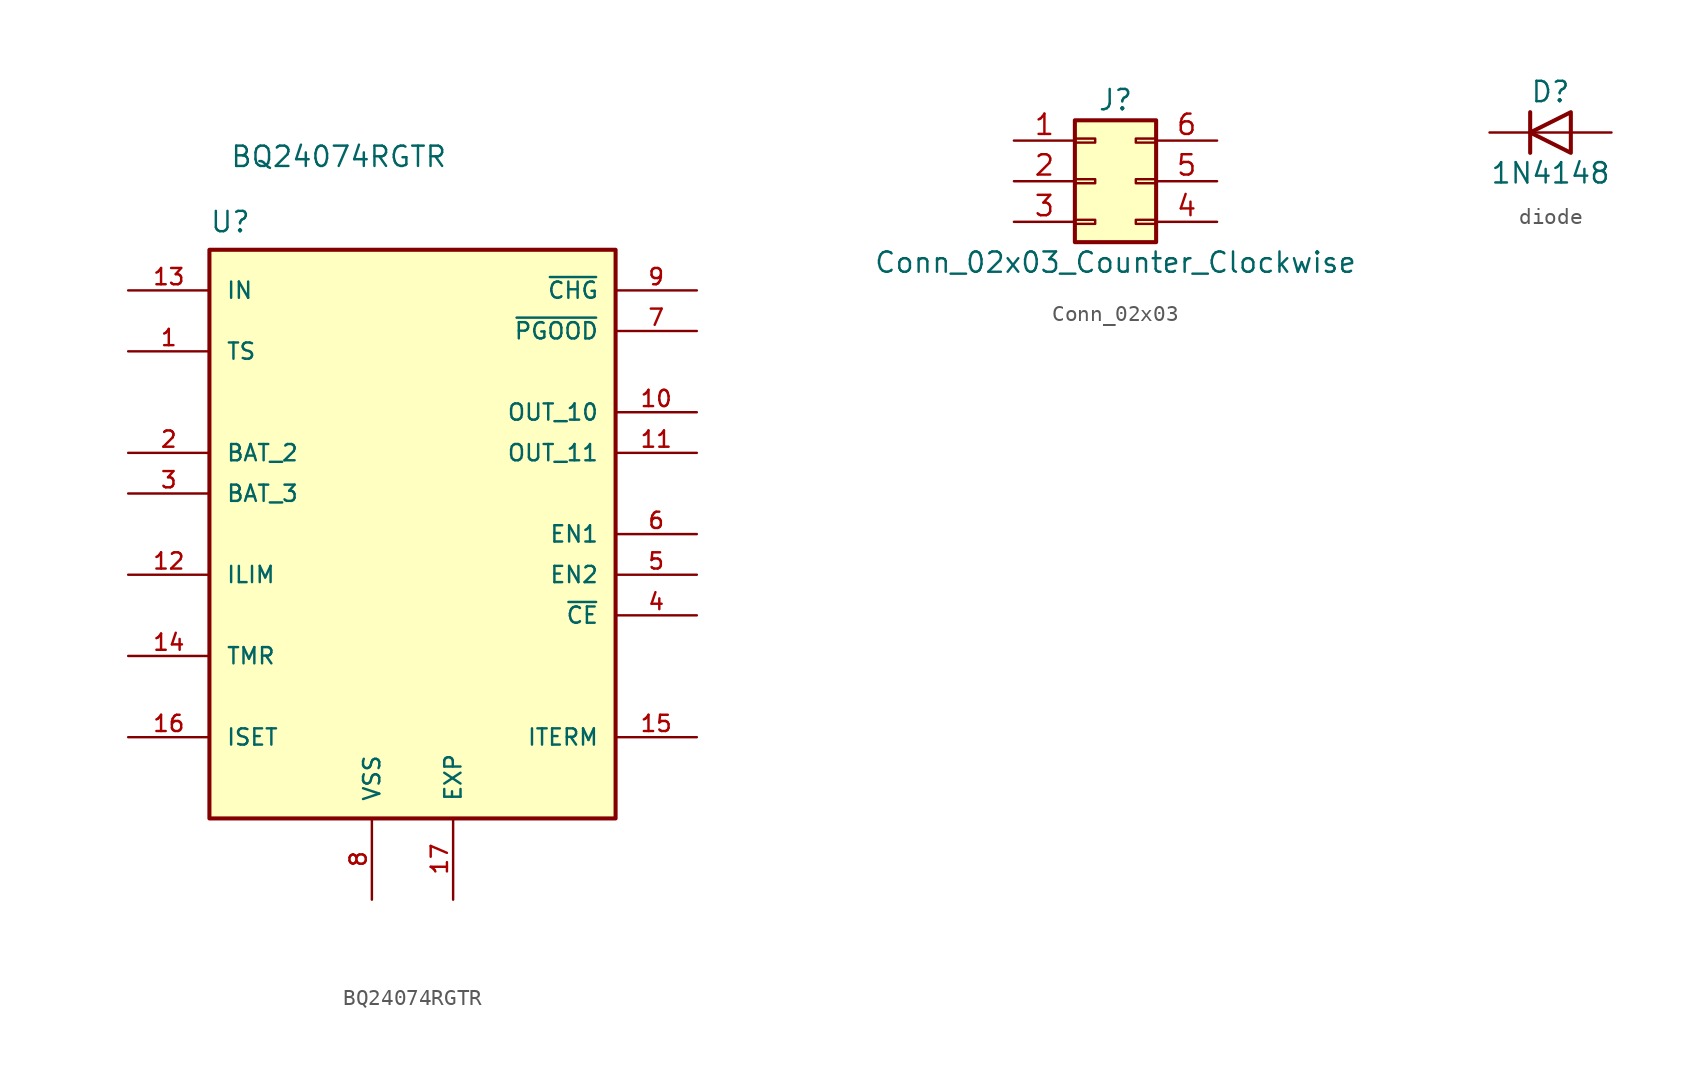
<source format=kicad_sym>
(kicad_symbol_lib
  (version 20220914)
  (generator kicad_symbol_editor)
  (symbol "BQ24074RGTR"
    (pin_names
      (offset 1.016))
    (property "Reference" "U"
      (at -12.7 18.78 0)
      (effects (font (size 1.27 1.27)) (justify left bottom)))
    (property "Value" "BQ24074RGTR"
      (at -11.43 22.86 0)
      (effects (font (size 1.27 1.27)) (justify left bottom)))
    (symbol "BQ24074RGTR_0_0"
      (rectangle (start -12.7 -17.78) (end 12.7 17.78) (stroke (width 0.254) (type default)) (fill (type background)))
      (pin input line (at -17.78 11.43 0) (length 5.08) (name "TS" (effects (font (size 1.016 1.016)))) (number "1" (effects (font (size 1.016 1.016)))))
      (pin output line (at 17.78 7.62 180) (length 5.08) (name "OUT_10" (effects (font (size 1.016 1.016)))) (number "10" (effects (font (size 1.016 1.016)))))
      (pin output line (at 17.78 5.08 180) (length 5.08) (name "OUT_11" (effects (font (size 1.016 1.016)))) (number "11" (effects (font (size 1.016 1.016)))))
      (pin input line (at -17.78 -2.54 0) (length 5.08) (name "ILIM" (effects (font (size 1.016 1.016)))) (number "12" (effects (font (size 1.016 1.016)))))
      (pin input line (at -17.78 15.24 0) (length 5.08) (name "IN" (effects (font (size 1.016 1.016)))) (number "13" (effects (font (size 1.016 1.016)))))
      (pin input line (at -17.78 -7.62 0) (length 5.08) (name "TMR" (effects (font (size 1.016 1.016)))) (number "14" (effects (font (size 1.016 1.016)))))
      (pin input line (at 17.78 -12.7 180) (length 5.08) (name "ITERM" (effects (font (size 1.016 1.016)))) (number "15" (effects (font (size 1.016 1.016)))))
      (pin bidirectional line (at -17.78 -12.7 0) (length 5.08) (name "ISET" (effects (font (size 1.016 1.016)))) (number "16" (effects (font (size 1.016 1.016)))))
      (pin power_in line (at 2.54 -22.86 90) (length 5.08) (name "EXP" (effects (font (size 1.016 1.016)))) (number "17" (effects (font (size 1.016 1.016)))))
      (pin bidirectional line (at -17.78 5.08 0) (length 5.08) (name "BAT_2" (effects (font (size 1.016 1.016)))) (number "2" (effects (font (size 1.016 1.016)))))
      (pin bidirectional line (at -17.78 2.54 0) (length 5.08) (name "BAT_3" (effects (font (size 1.016 1.016)))) (number "3" (effects (font (size 1.016 1.016)))))
      (pin input line (at 17.78 -5.08 180) (length 5.08) (name "~{CE}" (effects (font (size 1.016 1.016)))) (number "4" (effects (font (size 1.016 1.016)))))
      (pin input line (at 17.78 -2.54 180) (length 5.08) (name "EN2" (effects (font (size 1.016 1.016)))) (number "5" (effects (font (size 1.016 1.016)))))
      (pin input line (at 17.78 0 180) (length 5.08) (name "EN1" (effects (font (size 1.016 1.016)))) (number "6" (effects (font (size 1.016 1.016)))))
      (pin output line (at 17.78 12.7 180) (length 5.08) (name "~{PGOOD}" (effects (font (size 1.016 1.016)))) (number "7" (effects (font (size 1.016 1.016)))))
      (pin power_in line (at -2.54 -22.86 90) (length 5.08) (name "VSS" (effects (font (size 1.016 1.016)))) (number "8" (effects (font (size 1.016 1.016)))))
      (pin output line (at 17.78 15.24 180) (length 5.08) (name "~{CHG}" (effects (font (size 1.016 1.016)))) (number "9" (effects (font (size 1.016 1.016)))))))
  (symbol "Conn_02x03"
    (pin_names
      (offset 1.016) hide)
    (property "Reference" "J"
      (at 1.27 5.08 0)
      (effects (font (size 1.27 1.27))))
    (property "Value" "Conn_02x03_Counter_Clockwise"
      (at 1.27 -5.08 0)
      (effects (font (size 1.27 1.27))))
    (symbol "Conn_02x03_1_1"
      (rectangle (start -1.27 -2.413) (end 0 -2.667) (stroke (width 0.152) (type default)) (fill (type none)))
      (rectangle (start -1.27 0.127) (end 0 -0.127) (stroke (width 0.152) (type default)) (fill (type none)))
      (rectangle (start -1.27 2.667) (end 0 2.413) (stroke (width 0.152) (type default)) (fill (type none)))
      (rectangle (start -1.27 3.81) (end 3.81 -3.81) (stroke (width 0.254) (type default)) (fill (type background)))
      (rectangle (start 3.81 -2.413) (end 2.54 -2.667) (stroke (width 0.152) (type default)) (fill (type none)))
      (rectangle (start 3.81 0.127) (end 2.54 -0.127) (stroke (width 0.152) (type default)) (fill (type none)))
      (rectangle (start 3.81 2.667) (end 2.54 2.413) (stroke (width 0.152) (type default)) (fill (type none)))
      (pin passive line (at -5.08 2.54 0) (length 3.81) (name "Pin_1" (effects (font (size 1.27 1.27)))) (number "1" (effects (font (size 1.27 1.27)))))
      (pin passive line (at -5.08 0 0) (length 3.81) (name "Pin_2" (effects (font (size 1.27 1.27)))) (number "2" (effects (font (size 1.27 1.27)))))
      (pin passive line (at -5.08 -2.54 0) (length 3.81) (name "Pin_3" (effects (font (size 1.27 1.27)))) (number "3" (effects (font (size 1.27 1.27)))))
      (pin passive line (at 7.62 -2.54 180) (length 3.81) (name "Pin_4" (effects (font (size 1.27 1.27)))) (number "4" (effects (font (size 1.27 1.27)))))
      (pin passive line (at 7.62 0 180) (length 3.81) (name "Pin_5" (effects (font (size 1.27 1.27)))) (number "5" (effects (font (size 1.27 1.27)))))
      (pin passive line (at 7.62 2.54 180) (length 3.81) (name "Pin_6" (effects (font (size 1.27 1.27)))) (number "6" (effects (font (size 1.27 1.27)))))))
  (symbol "diode"
    (pin_numbers hide)
    (pin_names hide)
    (property "Reference" "D"
      (at 0 2.54 0)
      (effects (font (size 1.27 1.27))))
    (property "Value" "1N4148"
      (at 0 -2.54 0)
      (effects (font (size 1.27 1.27))))
    (symbol "diode_0_1"
      (polyline (pts (xy -1.27 1.27) (xy -1.27 -1.27)) (stroke (width 0.254) (type default)) (fill (type none)))
      (polyline (pts (xy 1.27 0) (xy -1.27 0)) (stroke (width 0) (type default)) (fill (type none)))
      (polyline (pts (xy 1.27 1.27) (xy 1.27 -1.27) (xy -1.27 0) (xy 1.27 1.27)) (stroke (width 0.254) (type default)) (fill (type none))))
    (symbol "diode_1_1"
      (pin passive line (at -3.81 0 0) (length 2.54) (name "K" (effects (font (size 1.27 1.27)))) (number "1" (effects (font (size 1.27 1.27)))))
      (pin passive line (at 3.81 0 180) (length 2.54) (name "A" (effects (font (size 1.27 1.27)))) (number "2" (effects (font (size 1.27 1.27))))))))
</source>
